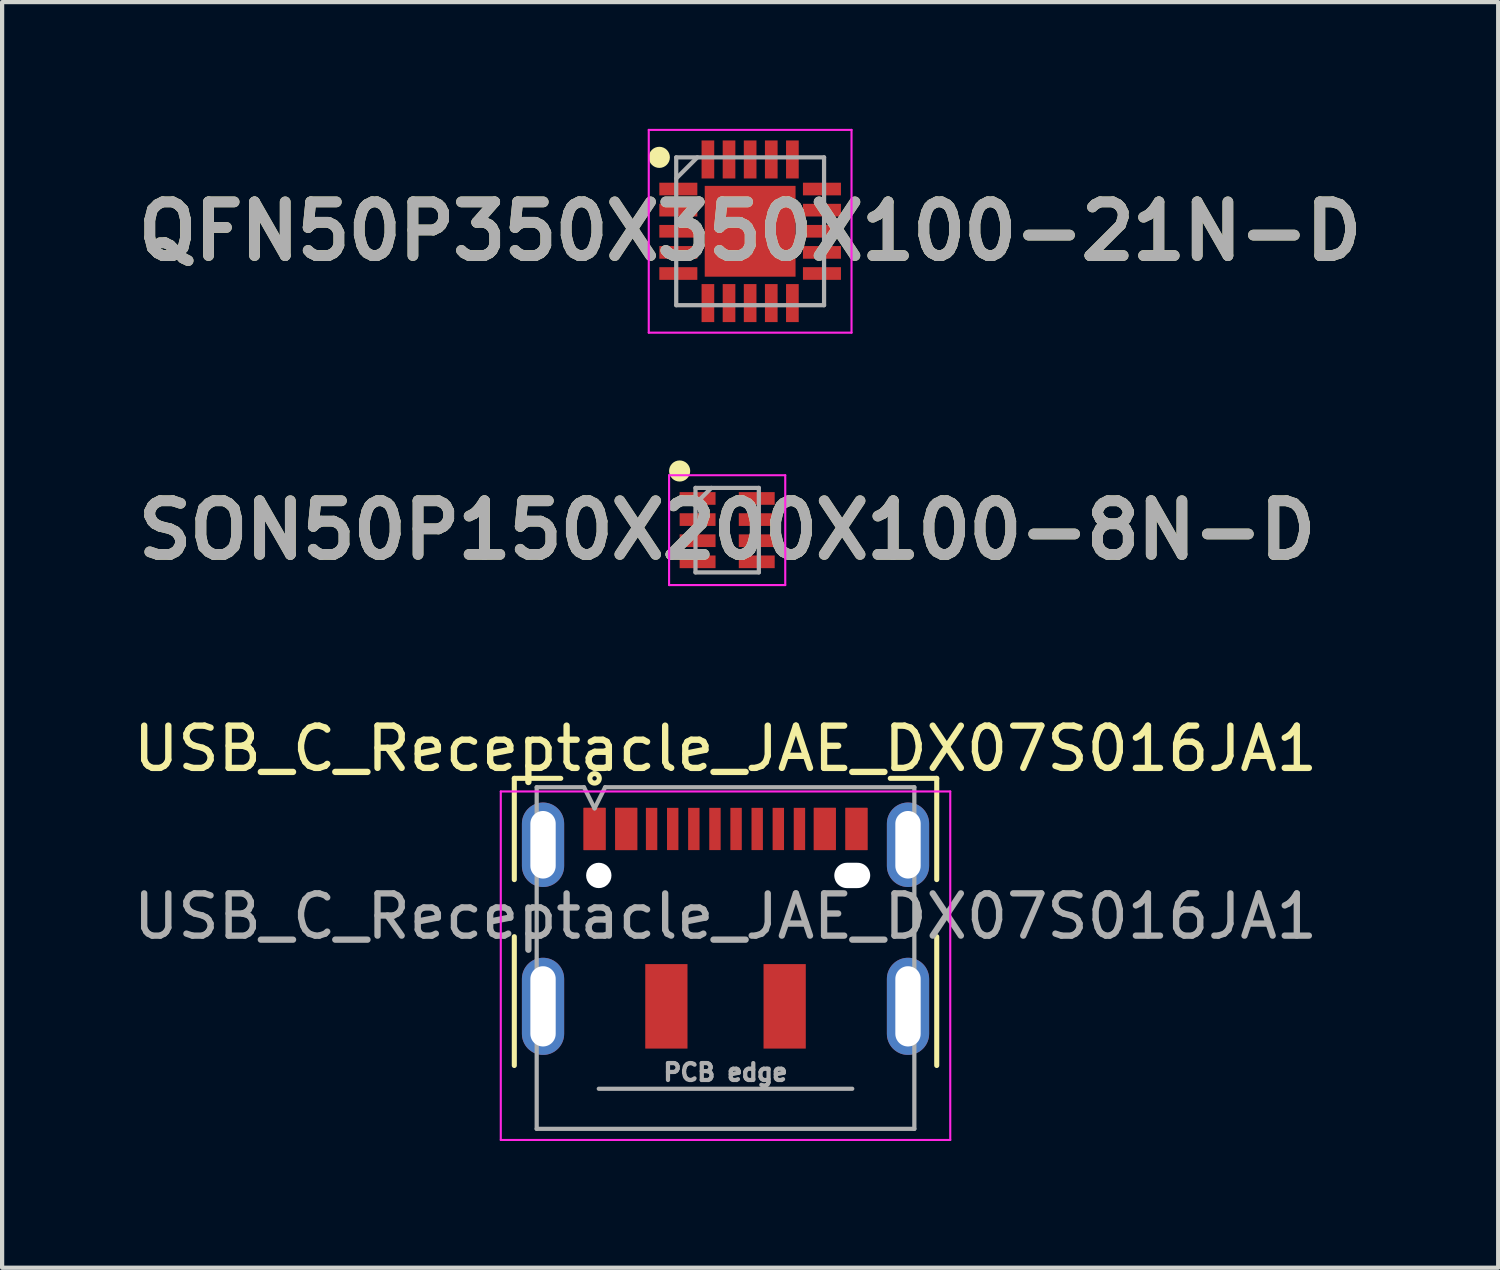
<source format=kicad_pcb>
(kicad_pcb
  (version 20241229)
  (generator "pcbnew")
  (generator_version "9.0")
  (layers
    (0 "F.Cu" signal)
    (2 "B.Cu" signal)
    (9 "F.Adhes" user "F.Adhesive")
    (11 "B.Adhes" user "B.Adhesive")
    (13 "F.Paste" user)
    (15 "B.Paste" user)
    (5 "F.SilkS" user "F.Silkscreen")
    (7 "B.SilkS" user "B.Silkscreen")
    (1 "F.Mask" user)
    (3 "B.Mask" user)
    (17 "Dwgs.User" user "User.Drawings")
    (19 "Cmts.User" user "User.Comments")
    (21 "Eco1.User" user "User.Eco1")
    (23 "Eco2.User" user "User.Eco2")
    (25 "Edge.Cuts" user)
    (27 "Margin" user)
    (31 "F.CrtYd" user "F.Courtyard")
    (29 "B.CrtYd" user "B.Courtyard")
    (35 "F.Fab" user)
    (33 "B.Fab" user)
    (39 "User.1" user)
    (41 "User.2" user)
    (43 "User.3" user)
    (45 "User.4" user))
  (footprint "QFN50P350X350X100-21N-D"
    (layer "F.Cu")
    (at 14.708 2.425)
    (property "Reference" "QFN50P350X350X100-21N-D" (at 0 0 0) (layer "F.SilkS") (effects (font (size 1.27 1.27) (thickness 0.254))))
    (attr smd)
    (fp_circle (center -2.15 -1.75) (end -2.15 -1.625) (stroke (width 0.25) (type solid)) (fill no) (layer "F.SilkS"))
    (fp_line (start -2.4 -2.4) (end 2.4 -2.4) (stroke (width 0.05) (type solid)) (layer "F.CrtYd"))
    (fp_line (start -2.4 2.4) (end -2.4 -2.4) (stroke (width 0.05) (type solid)) (layer "F.CrtYd"))
    (fp_line (start 2.4 -2.4) (end 2.4 2.4) (stroke (width 0.05) (type solid)) (layer "F.CrtYd"))
    (fp_line (start 2.4 2.4) (end -2.4 2.4) (stroke (width 0.05) (type solid)) (layer "F.CrtYd"))
    (fp_line (start -1.75 -1.75) (end 1.75 -1.75) (stroke (width 0.1) (type solid)) (layer "F.Fab"))
    (fp_line (start -1.75 -1.25) (end -1.25 -1.75) (stroke (width 0.1) (type solid)) (layer "F.Fab"))
    (fp_line (start -1.75 1.75) (end -1.75 -1.75) (stroke (width 0.1) (type solid)) (layer "F.Fab"))
    (fp_line (start 1.75 -1.75) (end 1.75 1.75) (stroke (width 0.1) (type solid)) (layer "F.Fab"))
    (fp_line (start 1.75 1.75) (end -1.75 1.75) (stroke (width 0.1) (type solid)) (layer "F.Fab"))
    (fp_text user "${REFERENCE}" (at 0 0 0) (layer "F.Fab") (effects (font (size 1.27 1.27) (thickness 0.254))))
    (pad "1" smd rect (at -1.7 -1 90) (size 0.3 0.9) (layers "F.Cu" "F.Mask" "F.Paste"))
    (pad "2" smd rect (at -1.7 -0.5 90) (size 0.3 0.9) (layers "F.Cu" "F.Mask" "F.Paste"))
    (pad "3" smd rect (at -1.7 0 90) (size 0.3 0.9) (layers "F.Cu" "F.Mask" "F.Paste"))
    (pad "4" smd rect (at -1.7 0.5 90) (size 0.3 0.9) (layers "F.Cu" "F.Mask" "F.Paste"))
    (pad "5" smd rect (at -1.7 1 90) (size 0.3 0.9) (layers "F.Cu" "F.Mask" "F.Paste"))
    (pad "6" smd rect (at -1 1.7) (size 0.3 0.9) (layers "F.Cu" "F.Mask" "F.Paste"))
    (pad "7" smd rect (at -0.5 1.7) (size 0.3 0.9) (layers "F.Cu" "F.Mask" "F.Paste"))
    (pad "8" smd rect (at 0 1.7) (size 0.3 0.9) (layers "F.Cu" "F.Mask" "F.Paste"))
    (pad "9" smd rect (at 0.5 1.7) (size 0.3 0.9) (layers "F.Cu" "F.Mask" "F.Paste"))
    (pad "10" smd rect (at 1 1.7) (size 0.3 0.9) (layers "F.Cu" "F.Mask" "F.Paste"))
    (pad "11" smd rect (at 1.7 1 90) (size 0.3 0.9) (layers "F.Cu" "F.Mask" "F.Paste"))
    (pad "12" smd rect (at 1.7 0.5 90) (size 0.3 0.9) (layers "F.Cu" "F.Mask" "F.Paste"))
    (pad "13" smd rect (at 1.7 0 90) (size 0.3 0.9) (layers "F.Cu" "F.Mask" "F.Paste"))
    (pad "14" smd rect (at 1.7 -0.5 90) (size 0.3 0.9) (layers "F.Cu" "F.Mask" "F.Paste"))
    (pad "15" smd rect (at 1.7 -1 90) (size 0.3 0.9) (layers "F.Cu" "F.Mask" "F.Paste"))
    (pad "16" smd rect (at 1 -1.7) (size 0.3 0.9) (layers "F.Cu" "F.Mask" "F.Paste"))
    (pad "17" smd rect (at 0.5 -1.7) (size 0.3 0.9) (layers "F.Cu" "F.Mask" "F.Paste"))
    (pad "18" smd rect (at 0 -1.7) (size 0.3 0.9) (layers "F.Cu" "F.Mask" "F.Paste"))
    (pad "19" smd rect (at -0.5 -1.7) (size 0.3 0.9) (layers "F.Cu" "F.Mask" "F.Paste"))
    (pad "20" smd rect (at -1 -1.7) (size 0.3 0.9) (layers "F.Cu" "F.Mask" "F.Paste"))
    (pad "21" smd rect (at 0 0) (size 2.15 2.15) (layers "F.Cu" "F.Mask" "F.Paste")))
  (footprint "SON50P150X200X100-8N-D"
    (layer "F.Cu")
    (at 14.164 9.5)
    (property "Reference" "SON50P150X200X100-8N-D" (at 0 0 0) (layer "F.SilkS") (effects (font (size 1.27 1.27) (thickness 0.254))))
    (attr smd)
    (fp_circle (center -1.125 -1.4) (end -1.125 -1.275) (stroke (width 0.25) (type solid)) (fill no) (layer "F.SilkS"))
    (fp_line (start -1.375 -1.3) (end 1.375 -1.3) (stroke (width 0.05) (type solid)) (layer "F.CrtYd"))
    (fp_line (start -1.375 1.3) (end -1.375 -1.3) (stroke (width 0.05) (type solid)) (layer "F.CrtYd"))
    (fp_line (start 1.375 -1.3) (end 1.375 1.3) (stroke (width 0.05) (type solid)) (layer "F.CrtYd"))
    (fp_line (start 1.375 1.3) (end -1.375 1.3) (stroke (width 0.05) (type solid)) (layer "F.CrtYd"))
    (fp_line (start -0.75 -1) (end 0.75 -1) (stroke (width 0.1) (type solid)) (layer "F.Fab"))
    (fp_line (start -0.75 -0.625) (end -0.375 -1) (stroke (width 0.1) (type solid)) (layer "F.Fab"))
    (fp_line (start -0.75 1) (end -0.75 -1) (stroke (width 0.1) (type solid)) (layer "F.Fab"))
    (fp_line (start 0.75 -1) (end 0.75 1) (stroke (width 0.1) (type solid)) (layer "F.Fab"))
    (fp_line (start 0.75 1) (end -0.75 1) (stroke (width 0.1) (type solid)) (layer "F.Fab"))
    (fp_text user "${REFERENCE}" (at 0 0 0) (layer "F.Fab") (effects (font (size 1.27 1.27) (thickness 0.254))))
    (pad "1" smd rect (at -0.7 -0.75 90) (size 0.3 0.85) (layers "F.Cu" "F.Mask" "F.Paste"))
    (pad "2" smd rect (at -0.7 -0.25 90) (size 0.3 0.85) (layers "F.Cu" "F.Mask" "F.Paste"))
    (pad "3" smd rect (at -0.7 0.25 90) (size 0.3 0.85) (layers "F.Cu" "F.Mask" "F.Paste"))
    (pad "4" smd rect (at -0.7 0.75 90) (size 0.3 0.85) (layers "F.Cu" "F.Mask" "F.Paste"))
    (pad "5" smd rect (at 0.7 0.75 90) (size 0.3 0.85) (layers "F.Cu" "F.Mask" "F.Paste"))
    (pad "6" smd rect (at 0.7 0.25 90) (size 0.3 0.85) (layers "F.Cu" "F.Mask" "F.Paste"))
    (pad "7" smd rect (at 0.7 -0.25 90) (size 0.3 0.85) (layers "F.Cu" "F.Mask" "F.Paste"))
    (pad "8" smd rect (at 0.7 -0.75 90) (size 0.3 0.85) (layers "F.Cu" "F.Mask" "F.Paste")))
  (footprint "USB_C_Receptacle_JAE_DX07S016JA1"
    (layer "F.Cu")
    (at 14.125 18.936)
    (property "Reference" "USB_C_Receptacle_JAE_DX07S016JA1" (at 0 -4.263 0) (layer "F.SilkS") (effects (font (size 1 1) (thickness 0.15))))
    (attr smd)
    (fp_line (start -5 -3.56) (end -5 -1.163) (stroke (width 0.12) (type solid)) (layer "F.SilkS"))
    (fp_line (start -5 -3.56) (end -3.9 -3.56) (stroke (width 0.12) (type solid)) (layer "F.SilkS"))
    (fp_line (start -5 0.188) (end -5 3.237) (stroke (width 0.12) (type solid)) (layer "F.SilkS"))
    (fp_line (start 3.9 -3.56) (end 5 -3.56) (stroke (width 0.12) (type solid)) (layer "F.SilkS"))
    (fp_line (start 5 -3.56) (end 5 -1.163) (stroke (width 0.12) (type solid)) (layer "F.SilkS"))
    (fp_line (start 5 0.188) (end 5 3.237) (stroke (width 0.12) (type solid)) (layer "F.SilkS"))
    (fp_circle (center -3.1 -3.56) (end -2.988 -3.56) (stroke (width 0.12) (type solid)) (fill no) (layer "F.SilkS"))
    (fp_line (start -5.32 -3.25) (end -5.32 5) (stroke (width 0.05) (type solid)) (layer "F.CrtYd"))
    (fp_line (start -5.32 -3.25) (end 5.32 -3.25) (stroke (width 0.05) (type solid)) (layer "F.CrtYd"))
    (fp_line (start -5.32 5) (end 5.32 5) (stroke (width 0.05) (type solid)) (layer "F.CrtYd"))
    (fp_line (start 5.32 -3.25) (end 5.32 5) (stroke (width 0.05) (type solid)) (layer "F.CrtYd"))
    (fp_line (start -4.47 -3.35) (end -4.47 4.737) (stroke (width 0.1) (type solid)) (layer "F.Fab"))
    (fp_line (start -4.47 -3.35) (end -3.35 -3.35) (stroke (width 0.1) (type solid)) (layer "F.Fab"))
    (fp_line (start -4.47 4.737) (end 4.47 4.737) (stroke (width 0.1) (type solid)) (layer "F.Fab"))
    (fp_line (start -3.35 -3.35) (end -3.1 -2.85) (stroke (width 0.1) (type solid)) (layer "F.Fab"))
    (fp_line (start -3.1 -2.85) (end -2.85 -3.35) (stroke (width 0.1) (type solid)) (layer "F.Fab"))
    (fp_line (start -3 3.788) (end 3 3.788) (stroke (width 0.1) (type solid)) (layer "F.Fab"))
    (fp_line (start -2.85 -3.35) (end 4.47 -3.35) (stroke (width 0.1) (type solid)) (layer "F.Fab"))
    (fp_line (start 4.47 -3.35) (end 4.47 4.737) (stroke (width 0.1) (type solid)) (layer "F.Fab"))
    (fp_text user "PCB edge" (at 0 3.4 0) (layer "F.Fab") (effects (font (size 0.4 0.4) (thickness 0.1))))
    (fp_text user "${REFERENCE}" (at 0 -0.292 0) (layer "F.Fab") (effects (font (size 1 1) (thickness 0.15))))
    (pad "" np_thru_hole circle (at -3 -1.262) (size 0.6 0.6) (drill 0.6) (layers "*.Cu" "*.Mask"))
    (pad "" np_thru_hole oval (at 3 -1.262) (size 0.85 0.6) (drill oval 0.85 0.6) (layers "*.Cu" "*.Mask"))
    (pad "A1" smd rect (at -3.1 -2.362) (size 0.52 1) (layers "F.Cu" "F.Mask" "F.Paste"))
    (pad "A4" smd rect (at -2.35 -2.362) (size 0.52 1) (layers "F.Cu" "F.Mask" "F.Paste"))
    (pad "A5" smd rect (at -1.75 -2.362) (size 0.27 1) (layers "F.Cu" "F.Mask" "F.Paste"))
    (pad "A6" smd rect (at -0.25 -2.362) (size 0.27 1) (layers "F.Cu" "F.Mask" "F.Paste"))
    (pad "A7" smd rect (at 0.75 -2.362) (size 0.27 1) (layers "F.Cu" "F.Mask" "F.Paste"))
    (pad "A8" smd rect (at 1.75 -2.362) (size 0.27 1) (layers "F.Cu" "F.Mask" "F.Paste"))
    (pad "A9" smd rect (at 2.35 -2.362) (size 0.52 1) (layers "F.Cu" "F.Mask" "F.Paste"))
    (pad "A12" smd rect (at 3.1 -2.362) (size 0.52 1) (layers "F.Cu" "F.Mask" "F.Paste"))
    (pad "B1" smd rect (at 3.1 -2.362) (size 0.52 1) (layers "F.Cu" "F.Mask" "F.Paste"))
    (pad "B4" smd rect (at 2.35 -2.362) (size 0.52 1) (layers "F.Cu" "F.Mask" "F.Paste"))
    (pad "B5" smd rect (at 1.25 -2.362) (size 0.27 1) (layers "F.Cu" "F.Mask" "F.Paste"))
    (pad "B6" smd rect (at 0.25 -2.362) (size 0.27 1) (layers "F.Cu" "F.Mask" "F.Paste"))
    (pad "B7" smd rect (at -0.75 -2.362) (size 0.27 1) (layers "F.Cu" "F.Mask" "F.Paste"))
    (pad "B8" smd rect (at -1.25 -2.362) (size 0.27 1) (layers "F.Cu" "F.Mask" "F.Paste"))
    (pad "B9" smd rect (at -2.35 -2.362) (size 0.52 1) (layers "F.Cu" "F.Mask" "F.Paste"))
    (pad "B12" smd rect (at -3.1 -2.362) (size 0.52 1) (layers "F.Cu" "F.Mask" "F.Paste"))
    (pad "S1" thru_hole oval (at -4.32 -1.988) (size 1 2) (drill oval 0.6 1.6) (layers "*.Cu" "*.Mask"))
    (pad "S1" thru_hole oval (at -4.32 1.837) (size 1 2.3) (drill oval 0.6 1.9) (layers "*.Cu" "*.Mask"))
    (pad "S1" smd rect (at -1.4 1.837) (size 1 2) (layers "F.Cu" "F.Mask" "F.Paste"))
    (pad "S1" smd rect (at 1.4 1.837) (size 1 2) (layers "F.Cu" "F.Mask" "F.Paste"))
    (pad "S1" thru_hole oval (at 4.32 -1.988) (size 1 2) (drill oval 0.6 1.6) (layers "*.Cu" "*.Mask"))
    (pad "S1" thru_hole oval (at 4.32 1.837) (size 1 2.3) (drill oval 0.6 1.9) (layers "*.Cu" "*.Mask")))
  (gr_rect
    (start -3 -3)
    (end 32.416 26.961)
    (stroke (width 0.1) (type default))
    (fill no)
    (layer "Edge.Cuts")))
</source>
